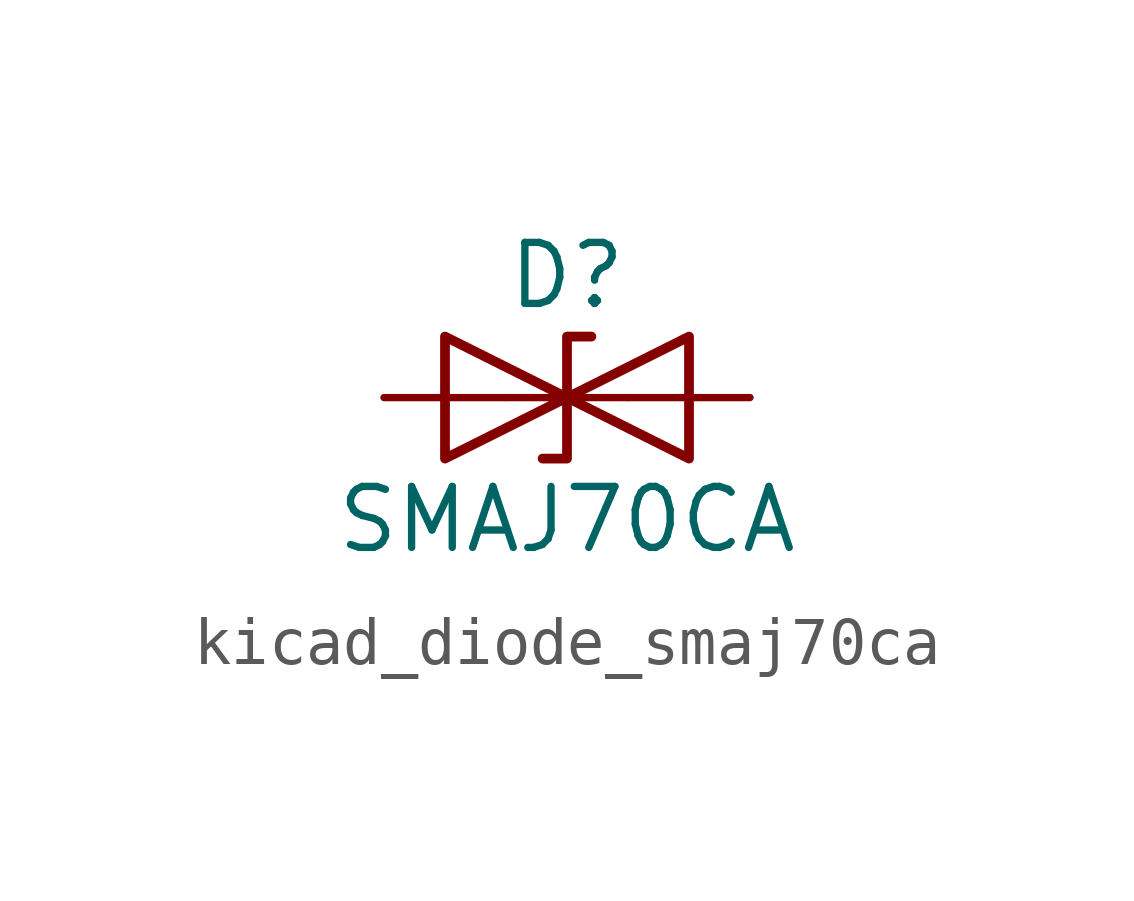
<source format=kicad_sym>
(kicad_symbol_lib
  (version 20220914)
  (generator kicad_symbol_editor)
  (symbol "kicad_diode_smaj70ca"
    (pin_numbers hide)
    (pin_names
      (offset 1.016) hide)
    (property "Reference" "D"
      (at 0 2.54 0)
      (effects (font (size 1.27 1.27))))
    (property "Value" "SMAJ70CA"
      (at 0 -2.54 0)
      (effects (font (size 1.27 1.27))))
    (symbol "kicad_diode_smaj70ca_0_1"
      (polyline (pts (xy 1.27 0) (xy -1.27 0)) (stroke (width 0) (type default)) (fill (type none)))
      (polyline (pts (xy -2.54 -1.27) (xy 0 0) (xy -2.54 1.27) (xy -2.54 -1.27)) (stroke (width 0.203) (type default)) (fill (type none)))
      (polyline (pts (xy 0.508 1.27) (xy 0 1.27) (xy 0 -1.27) (xy -0.508 -1.27)) (stroke (width 0.203) (type default)) (fill (type none)))
      (polyline (pts (xy 2.54 1.27) (xy 2.54 -1.27) (xy 0 0) (xy 2.54 1.27)) (stroke (width 0.203) (type default)) (fill (type none))))
    (symbol "kicad_diode_smaj70ca_1_1"
      (pin passive line (at -3.81 0 0) (length 2.54) (name "A1" (effects (font (size 1.27 1.27)))) (number "1" (effects (font (size 1.27 1.27)))))
      (pin passive line (at 3.81 0 180) (length 2.54) (name "A2" (effects (font (size 1.27 1.27)))) (number "2" (effects (font (size 1.27 1.27))))))))
</source>
